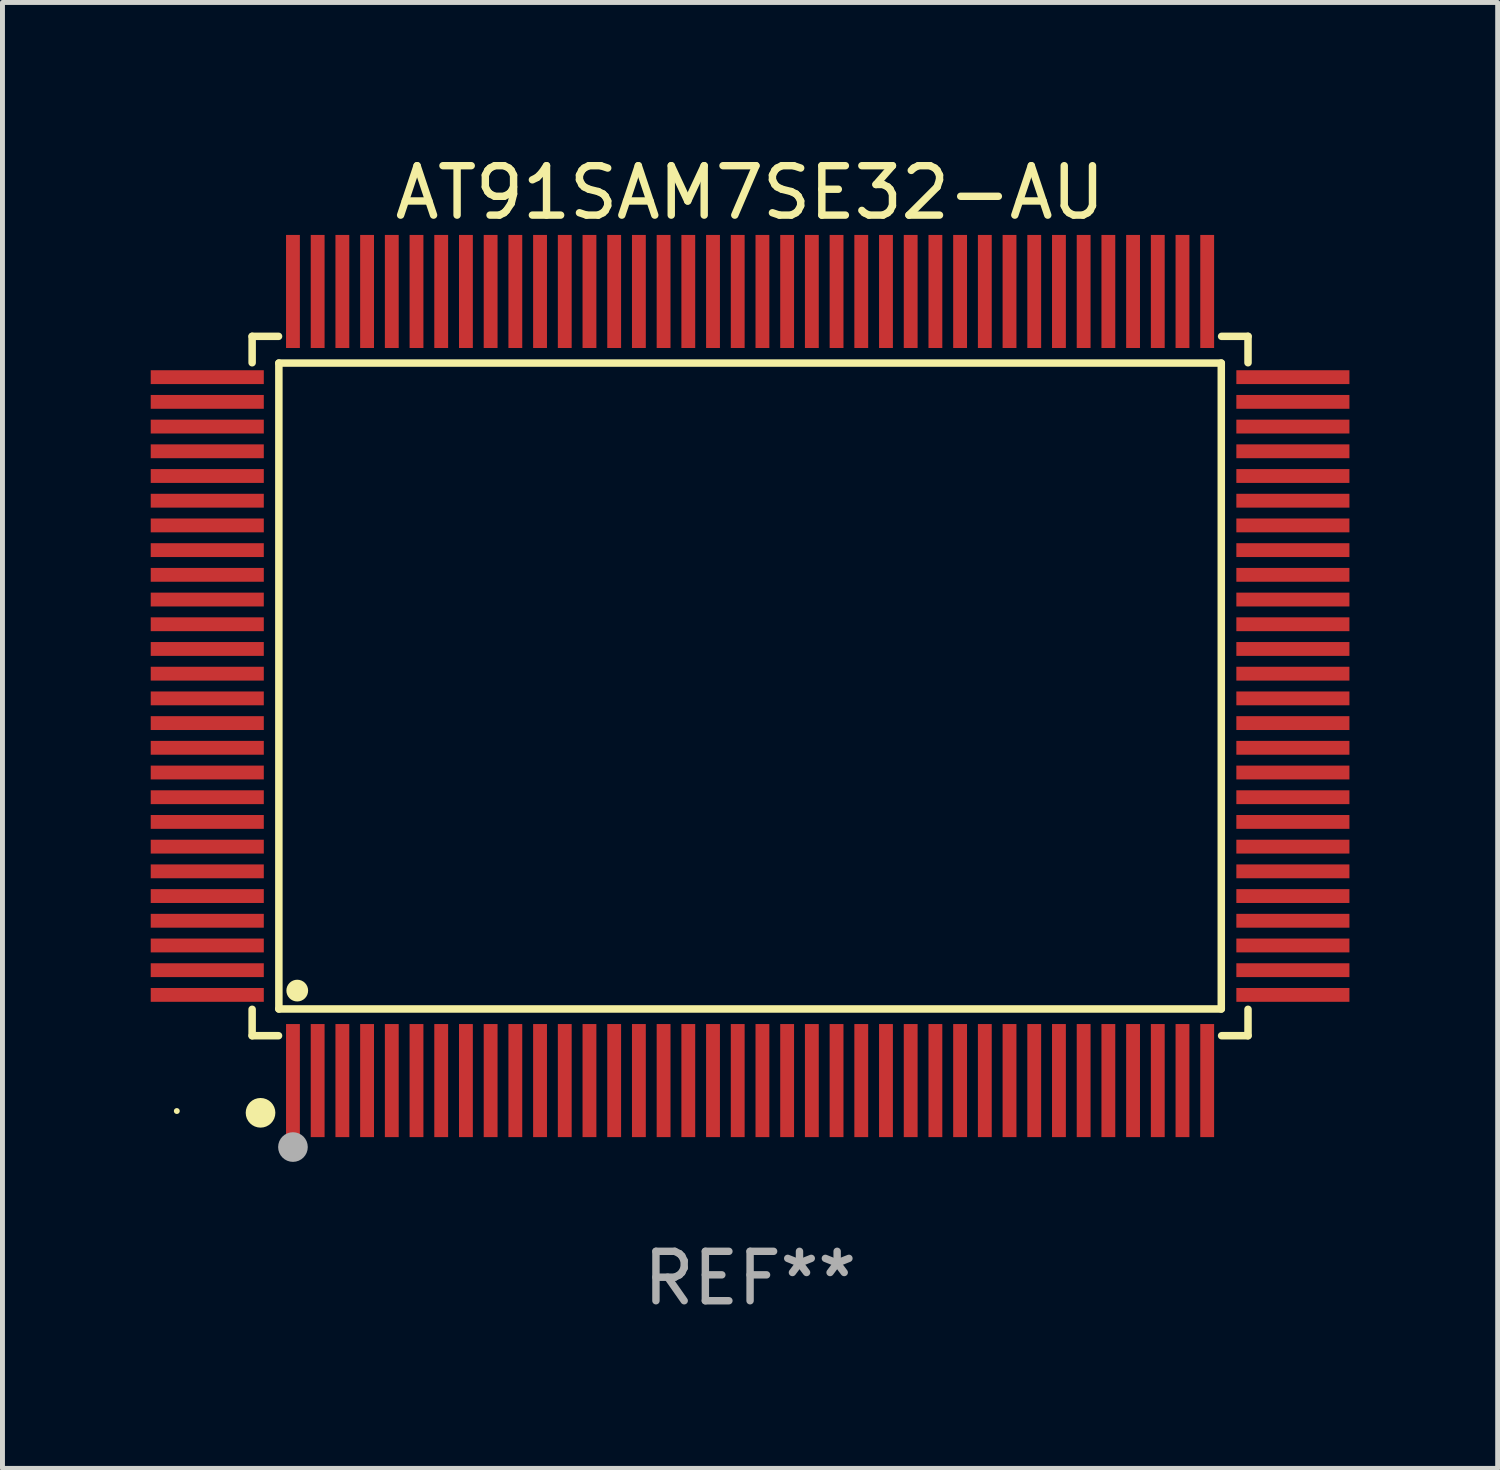
<source format=kicad_pcb>
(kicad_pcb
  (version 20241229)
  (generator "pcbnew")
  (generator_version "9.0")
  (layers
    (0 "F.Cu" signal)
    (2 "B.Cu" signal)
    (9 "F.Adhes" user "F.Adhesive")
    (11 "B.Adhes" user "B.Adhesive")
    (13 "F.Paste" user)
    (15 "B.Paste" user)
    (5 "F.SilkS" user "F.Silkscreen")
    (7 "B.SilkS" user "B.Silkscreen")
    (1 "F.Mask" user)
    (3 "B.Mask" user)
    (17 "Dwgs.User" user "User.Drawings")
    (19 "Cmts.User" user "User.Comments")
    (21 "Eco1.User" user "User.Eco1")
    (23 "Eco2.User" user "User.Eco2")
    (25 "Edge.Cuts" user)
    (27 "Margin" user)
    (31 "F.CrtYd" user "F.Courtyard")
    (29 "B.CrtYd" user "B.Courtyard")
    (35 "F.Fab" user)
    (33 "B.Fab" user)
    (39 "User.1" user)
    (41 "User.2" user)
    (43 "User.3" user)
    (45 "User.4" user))
  (footprint "AT91SAM7SE32-AU"
    (layer "F.Cu")
    (at 12.128 10.832)
    (property "Reference" "AT91SAM7SE32-AU" (at 0 -9.984 0) (layer "F.SilkS") (effects (font (size 1 1) (thickness 0.15))))
    (attr through_hole)
    (fp_line (start -10.076 -7.076) (end -10.076 -6.542) (stroke (width 0.152) (type solid)) (layer "F.SilkS"))
    (fp_line (start -10.076 7.076) (end -10.076 6.542) (stroke (width 0.152) (type solid)) (layer "F.SilkS"))
    (fp_line (start -9.542 -7.076) (end -10.076 -7.076) (stroke (width 0.152) (type solid)) (layer "F.SilkS"))
    (fp_line (start -9.542 7.076) (end -10.076 7.076) (stroke (width 0.152) (type solid)) (layer "F.SilkS"))
    (fp_line (start -9.535 -6.535) (end 9.535 -6.535) (stroke (width 0.152) (type solid)) (layer "F.SilkS"))
    (fp_line (start -9.535 6.535) (end -9.535 -6.535) (stroke (width 0.152) (type solid)) (layer "F.SilkS"))
    (fp_line (start 9.535 -6.535) (end 9.535 6.535) (stroke (width 0.152) (type solid)) (layer "F.SilkS"))
    (fp_line (start 9.535 6.535) (end -9.535 6.535) (stroke (width 0.152) (type solid)) (layer "F.SilkS"))
    (fp_line (start 9.542 -7.076) (end 10.076 -7.076) (stroke (width 0.152) (type solid)) (layer "F.SilkS"))
    (fp_line (start 9.542 7.076) (end 10.076 7.076) (stroke (width 0.152) (type solid)) (layer "F.SilkS"))
    (fp_line (start 10.076 -7.076) (end 10.076 -6.542) (stroke (width 0.152) (type solid)) (layer "F.SilkS"))
    (fp_line (start 10.076 7.076) (end 10.076 6.542) (stroke (width 0.152) (type solid)) (layer "F.SilkS"))
    (fp_circle (center -11.6 8.6) (end -11.57 8.6) (stroke (width 0.06) (type solid)) (fill no) (layer "F.SilkS"))
    (fp_circle (center -9.906 8.636) (end -9.756 8.636) (stroke (width 0.3) (type solid)) (fill no) (layer "F.SilkS"))
    (fp_circle (center -9.163 6.163) (end -9.053 6.163) (stroke (width 0.22) (type solid)) (fill no) (layer "F.SilkS"))
    (fp_circle (center -9.25 9.329) (end -9.1 9.329) (stroke (width 0.3) (type solid)) (fill no) (layer "F.Fab"))
    (fp_text user "REF**" (at 0 11.984 0) (layer "F.Fab") (effects (font (size 1 1) (thickness 0.15))))
    (pad "1" smd rect (at -9.25 7.984) (size 0.28 2.288) (layers "F.Cu" "F.Mask" "F.Paste"))
    (pad "2" smd rect (at -8.75 7.984) (size 0.28 2.288) (layers "F.Cu" "F.Mask" "F.Paste"))
    (pad "3" smd rect (at -8.25 7.984) (size 0.28 2.288) (layers "F.Cu" "F.Mask" "F.Paste"))
    (pad "4" smd rect (at -7.75 7.984) (size 0.28 2.288) (layers "F.Cu" "F.Mask" "F.Paste"))
    (pad "5" smd rect (at -7.25 7.984) (size 0.28 2.288) (layers "F.Cu" "F.Mask" "F.Paste"))
    (pad "6" smd rect (at -6.75 7.984) (size 0.28 2.288) (layers "F.Cu" "F.Mask" "F.Paste"))
    (pad "7" smd rect (at -6.25 7.984) (size 0.28 2.288) (layers "F.Cu" "F.Mask" "F.Paste"))
    (pad "8" smd rect (at -5.75 7.984) (size 0.28 2.288) (layers "F.Cu" "F.Mask" "F.Paste"))
    (pad "9" smd rect (at -5.25 7.984) (size 0.28 2.288) (layers "F.Cu" "F.Mask" "F.Paste"))
    (pad "10" smd rect (at -4.75 7.984) (size 0.28 2.288) (layers "F.Cu" "F.Mask" "F.Paste"))
    (pad "11" smd rect (at -4.25 7.984) (size 0.28 2.288) (layers "F.Cu" "F.Mask" "F.Paste"))
    (pad "12" smd rect (at -3.75 7.984) (size 0.28 2.288) (layers "F.Cu" "F.Mask" "F.Paste"))
    (pad "13" smd rect (at -3.25 7.984) (size 0.28 2.288) (layers "F.Cu" "F.Mask" "F.Paste"))
    (pad "14" smd rect (at -2.75 7.984) (size 0.28 2.288) (layers "F.Cu" "F.Mask" "F.Paste"))
    (pad "15" smd rect (at -2.25 7.984) (size 0.28 2.288) (layers "F.Cu" "F.Mask" "F.Paste"))
    (pad "16" smd rect (at -1.75 7.984) (size 0.28 2.288) (layers "F.Cu" "F.Mask" "F.Paste"))
    (pad "17" smd rect (at -1.25 7.984) (size 0.28 2.288) (layers "F.Cu" "F.Mask" "F.Paste"))
    (pad "18" smd rect (at -0.75 7.984) (size 0.28 2.288) (layers "F.Cu" "F.Mask" "F.Paste"))
    (pad "19" smd rect (at -0.25 7.984) (size 0.28 2.288) (layers "F.Cu" "F.Mask" "F.Paste"))
    (pad "20" smd rect (at 0.25 7.984) (size 0.28 2.288) (layers "F.Cu" "F.Mask" "F.Paste"))
    (pad "21" smd rect (at 0.75 7.984) (size 0.28 2.288) (layers "F.Cu" "F.Mask" "F.Paste"))
    (pad "22" smd rect (at 1.25 7.984) (size 0.28 2.288) (layers "F.Cu" "F.Mask" "F.Paste"))
    (pad "23" smd rect (at 1.75 7.984) (size 0.28 2.288) (layers "F.Cu" "F.Mask" "F.Paste"))
    (pad "24" smd rect (at 2.25 7.984) (size 0.28 2.288) (layers "F.Cu" "F.Mask" "F.Paste"))
    (pad "25" smd rect (at 2.75 7.984) (size 0.28 2.288) (layers "F.Cu" "F.Mask" "F.Paste"))
    (pad "26" smd rect (at 3.25 7.984) (size 0.28 2.288) (layers "F.Cu" "F.Mask" "F.Paste"))
    (pad "27" smd rect (at 3.75 7.984) (size 0.28 2.288) (layers "F.Cu" "F.Mask" "F.Paste"))
    (pad "28" smd rect (at 4.25 7.984) (size 0.28 2.288) (layers "F.Cu" "F.Mask" "F.Paste"))
    (pad "29" smd rect (at 4.75 7.984) (size 0.28 2.288) (layers "F.Cu" "F.Mask" "F.Paste"))
    (pad "30" smd rect (at 5.25 7.984) (size 0.28 2.288) (layers "F.Cu" "F.Mask" "F.Paste"))
    (pad "31" smd rect (at 5.75 7.984) (size 0.28 2.288) (layers "F.Cu" "F.Mask" "F.Paste"))
    (pad "32" smd rect (at 6.25 7.984) (size 0.28 2.288) (layers "F.Cu" "F.Mask" "F.Paste"))
    (pad "33" smd rect (at 6.75 7.984) (size 0.28 2.288) (layers "F.Cu" "F.Mask" "F.Paste"))
    (pad "34" smd rect (at 7.25 7.984) (size 0.28 2.288) (layers "F.Cu" "F.Mask" "F.Paste"))
    (pad "35" smd rect (at 7.75 7.984) (size 0.28 2.288) (layers "F.Cu" "F.Mask" "F.Paste"))
    (pad "36" smd rect (at 8.25 7.984) (size 0.28 2.288) (layers "F.Cu" "F.Mask" "F.Paste"))
    (pad "37" smd rect (at 8.75 7.984) (size 0.28 2.288) (layers "F.Cu" "F.Mask" "F.Paste"))
    (pad "38" smd rect (at 9.25 7.984) (size 0.28 2.288) (layers "F.Cu" "F.Mask" "F.Paste"))
    (pad "39" smd rect (at 10.984 6.25) (size 2.288 0.28) (layers "F.Cu" "F.Mask" "F.Paste"))
    (pad "40" smd rect (at 10.984 5.75) (size 2.288 0.28) (layers "F.Cu" "F.Mask" "F.Paste"))
    (pad "41" smd rect (at 10.984 5.25) (size 2.288 0.28) (layers "F.Cu" "F.Mask" "F.Paste"))
    (pad "42" smd rect (at 10.984 4.75) (size 2.288 0.28) (layers "F.Cu" "F.Mask" "F.Paste"))
    (pad "43" smd rect (at 10.984 4.25) (size 2.288 0.28) (layers "F.Cu" "F.Mask" "F.Paste"))
    (pad "44" smd rect (at 10.984 3.75) (size 2.288 0.28) (layers "F.Cu" "F.Mask" "F.Paste"))
    (pad "45" smd rect (at 10.984 3.25) (size 2.288 0.28) (layers "F.Cu" "F.Mask" "F.Paste"))
    (pad "46" smd rect (at 10.984 2.75) (size 2.288 0.28) (layers "F.Cu" "F.Mask" "F.Paste"))
    (pad "47" smd rect (at 10.984 2.25) (size 2.288 0.28) (layers "F.Cu" "F.Mask" "F.Paste"))
    (pad "48" smd rect (at 10.984 1.75) (size 2.288 0.28) (layers "F.Cu" "F.Mask" "F.Paste"))
    (pad "49" smd rect (at 10.984 1.25) (size 2.288 0.28) (layers "F.Cu" "F.Mask" "F.Paste"))
    (pad "50" smd rect (at 10.984 0.75) (size 2.288 0.28) (layers "F.Cu" "F.Mask" "F.Paste"))
    (pad "51" smd rect (at 10.984 0.25) (size 2.288 0.28) (layers "F.Cu" "F.Mask" "F.Paste"))
    (pad "52" smd rect (at 10.984 -0.25) (size 2.288 0.28) (layers "F.Cu" "F.Mask" "F.Paste"))
    (pad "53" smd rect (at 10.984 -0.75) (size 2.288 0.28) (layers "F.Cu" "F.Mask" "F.Paste"))
    (pad "54" smd rect (at 10.984 -1.25) (size 2.288 0.28) (layers "F.Cu" "F.Mask" "F.Paste"))
    (pad "55" smd rect (at 10.984 -1.75) (size 2.288 0.28) (layers "F.Cu" "F.Mask" "F.Paste"))
    (pad "56" smd rect (at 10.984 -2.25) (size 2.288 0.28) (layers "F.Cu" "F.Mask" "F.Paste"))
    (pad "57" smd rect (at 10.984 -2.75) (size 2.288 0.28) (layers "F.Cu" "F.Mask" "F.Paste"))
    (pad "58" smd rect (at 10.984 -3.25) (size 2.288 0.28) (layers "F.Cu" "F.Mask" "F.Paste"))
    (pad "59" smd rect (at 10.984 -3.75) (size 2.288 0.28) (layers "F.Cu" "F.Mask" "F.Paste"))
    (pad "60" smd rect (at 10.984 -4.25) (size 2.288 0.28) (layers "F.Cu" "F.Mask" "F.Paste"))
    (pad "61" smd rect (at 10.984 -4.75) (size 2.288 0.28) (layers "F.Cu" "F.Mask" "F.Paste"))
    (pad "62" smd rect (at 10.984 -5.25) (size 2.288 0.28) (layers "F.Cu" "F.Mask" "F.Paste"))
    (pad "63" smd rect (at 10.984 -5.75) (size 2.288 0.28) (layers "F.Cu" "F.Mask" "F.Paste"))
    (pad "64" smd rect (at 10.984 -6.25) (size 2.288 0.28) (layers "F.Cu" "F.Mask" "F.Paste"))
    (pad "65" smd rect (at 9.25 -7.984) (size 0.28 2.288) (layers "F.Cu" "F.Mask" "F.Paste"))
    (pad "66" smd rect (at 8.75 -7.984) (size 0.28 2.288) (layers "F.Cu" "F.Mask" "F.Paste"))
    (pad "67" smd rect (at 8.25 -7.984) (size 0.28 2.288) (layers "F.Cu" "F.Mask" "F.Paste"))
    (pad "68" smd rect (at 7.75 -7.984) (size 0.28 2.288) (layers "F.Cu" "F.Mask" "F.Paste"))
    (pad "69" smd rect (at 7.25 -7.984) (size 0.28 2.288) (layers "F.Cu" "F.Mask" "F.Paste"))
    (pad "70" smd rect (at 6.75 -7.984) (size 0.28 2.288) (layers "F.Cu" "F.Mask" "F.Paste"))
    (pad "71" smd rect (at 6.25 -7.984) (size 0.28 2.288) (layers "F.Cu" "F.Mask" "F.Paste"))
    (pad "72" smd rect (at 5.75 -7.984) (size 0.28 2.288) (layers "F.Cu" "F.Mask" "F.Paste"))
    (pad "73" smd rect (at 5.25 -7.984) (size 0.28 2.288) (layers "F.Cu" "F.Mask" "F.Paste"))
    (pad "74" smd rect (at 4.75 -7.984) (size 0.28 2.288) (layers "F.Cu" "F.Mask" "F.Paste"))
    (pad "75" smd rect (at 4.25 -7.984) (size 0.28 2.288) (layers "F.Cu" "F.Mask" "F.Paste"))
    (pad "76" smd rect (at 3.75 -7.984) (size 0.28 2.288) (layers "F.Cu" "F.Mask" "F.Paste"))
    (pad "77" smd rect (at 3.25 -7.984) (size 0.28 2.288) (layers "F.Cu" "F.Mask" "F.Paste"))
    (pad "78" smd rect (at 2.75 -7.984) (size 0.28 2.288) (layers "F.Cu" "F.Mask" "F.Paste"))
    (pad "79" smd rect (at 2.25 -7.984) (size 0.28 2.288) (layers "F.Cu" "F.Mask" "F.Paste"))
    (pad "80" smd rect (at 1.75 -7.984) (size 0.28 2.288) (layers "F.Cu" "F.Mask" "F.Paste"))
    (pad "81" smd rect (at 1.25 -7.984) (size 0.28 2.288) (layers "F.Cu" "F.Mask" "F.Paste"))
    (pad "82" smd rect (at 0.75 -7.984) (size 0.28 2.288) (layers "F.Cu" "F.Mask" "F.Paste"))
    (pad "83" smd rect (at 0.25 -7.984) (size 0.28 2.288) (layers "F.Cu" "F.Mask" "F.Paste"))
    (pad "84" smd rect (at -0.25 -7.984) (size 0.28 2.288) (layers "F.Cu" "F.Mask" "F.Paste"))
    (pad "85" smd rect (at -0.75 -7.984) (size 0.28 2.288) (layers "F.Cu" "F.Mask" "F.Paste"))
    (pad "86" smd rect (at -1.25 -7.984) (size 0.28 2.288) (layers "F.Cu" "F.Mask" "F.Paste"))
    (pad "87" smd rect (at -1.75 -7.984) (size 0.28 2.288) (layers "F.Cu" "F.Mask" "F.Paste"))
    (pad "88" smd rect (at -2.25 -7.984) (size 0.28 2.288) (layers "F.Cu" "F.Mask" "F.Paste"))
    (pad "89" smd rect (at -2.75 -7.984) (size 0.28 2.288) (layers "F.Cu" "F.Mask" "F.Paste"))
    (pad "90" smd rect (at -3.25 -7.984) (size 0.28 2.288) (layers "F.Cu" "F.Mask" "F.Paste"))
    (pad "91" smd rect (at -3.75 -7.984) (size 0.28 2.288) (layers "F.Cu" "F.Mask" "F.Paste"))
    (pad "92" smd rect (at -4.25 -7.984) (size 0.28 2.288) (layers "F.Cu" "F.Mask" "F.Paste"))
    (pad "93" smd rect (at -4.75 -7.984) (size 0.28 2.288) (layers "F.Cu" "F.Mask" "F.Paste"))
    (pad "94" smd rect (at -5.25 -7.984) (size 0.28 2.288) (layers "F.Cu" "F.Mask" "F.Paste"))
    (pad "95" smd rect (at -5.75 -7.984) (size 0.28 2.288) (layers "F.Cu" "F.Mask" "F.Paste"))
    (pad "96" smd rect (at -6.25 -7.984) (size 0.28 2.288) (layers "F.Cu" "F.Mask" "F.Paste"))
    (pad "97" smd rect (at -6.75 -7.984) (size 0.28 2.288) (layers "F.Cu" "F.Mask" "F.Paste"))
    (pad "98" smd rect (at -7.25 -7.984) (size 0.28 2.288) (layers "F.Cu" "F.Mask" "F.Paste"))
    (pad "99" smd rect (at -7.75 -7.984) (size 0.28 2.288) (layers "F.Cu" "F.Mask" "F.Paste"))
    (pad "100" smd rect (at -8.25 -7.984) (size 0.28 2.288) (layers "F.Cu" "F.Mask" "F.Paste"))
    (pad "101" smd rect (at -8.75 -7.984) (size 0.28 2.288) (layers "F.Cu" "F.Mask" "F.Paste"))
    (pad "102" smd rect (at -9.25 -7.984) (size 0.28 2.288) (layers "F.Cu" "F.Mask" "F.Paste"))
    (pad "103" smd rect (at -10.984 -6.25) (size 2.288 0.28) (layers "F.Cu" "F.Mask" "F.Paste"))
    (pad "104" smd rect (at -10.984 -5.75) (size 2.288 0.28) (layers "F.Cu" "F.Mask" "F.Paste"))
    (pad "105" smd rect (at -10.984 -5.25) (size 2.288 0.28) (layers "F.Cu" "F.Mask" "F.Paste"))
    (pad "106" smd rect (at -10.984 -4.75) (size 2.288 0.28) (layers "F.Cu" "F.Mask" "F.Paste"))
    (pad "107" smd rect (at -10.984 -4.25) (size 2.288 0.28) (layers "F.Cu" "F.Mask" "F.Paste"))
    (pad "108" smd rect (at -10.984 -3.75) (size 2.288 0.28) (layers "F.Cu" "F.Mask" "F.Paste"))
    (pad "109" smd rect (at -10.984 -3.25) (size 2.288 0.28) (layers "F.Cu" "F.Mask" "F.Paste"))
    (pad "110" smd rect (at -10.984 -2.75) (size 2.288 0.28) (layers "F.Cu" "F.Mask" "F.Paste"))
    (pad "111" smd rect (at -10.984 -2.25) (size 2.288 0.28) (layers "F.Cu" "F.Mask" "F.Paste"))
    (pad "112" smd rect (at -10.984 -1.75) (size 2.288 0.28) (layers "F.Cu" "F.Mask" "F.Paste"))
    (pad "113" smd rect (at -10.984 -1.25) (size 2.288 0.28) (layers "F.Cu" "F.Mask" "F.Paste"))
    (pad "114" smd rect (at -10.984 -0.75) (size 2.288 0.28) (layers "F.Cu" "F.Mask" "F.Paste"))
    (pad "115" smd rect (at -10.984 -0.25) (size 2.288 0.28) (layers "F.Cu" "F.Mask" "F.Paste"))
    (pad "116" smd rect (at -10.984 0.25) (size 2.288 0.28) (layers "F.Cu" "F.Mask" "F.Paste"))
    (pad "117" smd rect (at -10.984 0.75) (size 2.288 0.28) (layers "F.Cu" "F.Mask" "F.Paste"))
    (pad "118" smd rect (at -10.984 1.25) (size 2.288 0.28) (layers "F.Cu" "F.Mask" "F.Paste"))
    (pad "119" smd rect (at -10.984 1.75) (size 2.288 0.28) (layers "F.Cu" "F.Mask" "F.Paste"))
    (pad "120" smd rect (at -10.984 2.25) (size 2.288 0.28) (layers "F.Cu" "F.Mask" "F.Paste"))
    (pad "121" smd rect (at -10.984 2.75) (size 2.288 0.28) (layers "F.Cu" "F.Mask" "F.Paste"))
    (pad "122" smd rect (at -10.984 3.25) (size 2.288 0.28) (layers "F.Cu" "F.Mask" "F.Paste"))
    (pad "123" smd rect (at -10.984 3.75) (size 2.288 0.28) (layers "F.Cu" "F.Mask" "F.Paste"))
    (pad "124" smd rect (at -10.984 4.25) (size 2.288 0.28) (layers "F.Cu" "F.Mask" "F.Paste"))
    (pad "125" smd rect (at -10.984 4.75) (size 2.288 0.28) (layers "F.Cu" "F.Mask" "F.Paste"))
    (pad "126" smd rect (at -10.984 5.25) (size 2.288 0.28) (layers "F.Cu" "F.Mask" "F.Paste"))
    (pad "127" smd rect (at -10.984 5.75) (size 2.288 0.28) (layers "F.Cu" "F.Mask" "F.Paste"))
    (pad "128" smd rect (at -10.984 6.25) (size 2.288 0.28) (layers "F.Cu" "F.Mask" "F.Paste")))
  (gr_rect
    (start -3 -3)
    (end 27.256 26.664)
    (stroke (width 0.1) (type default))
    (fill no)
    (layer "Edge.Cuts")))
</source>
